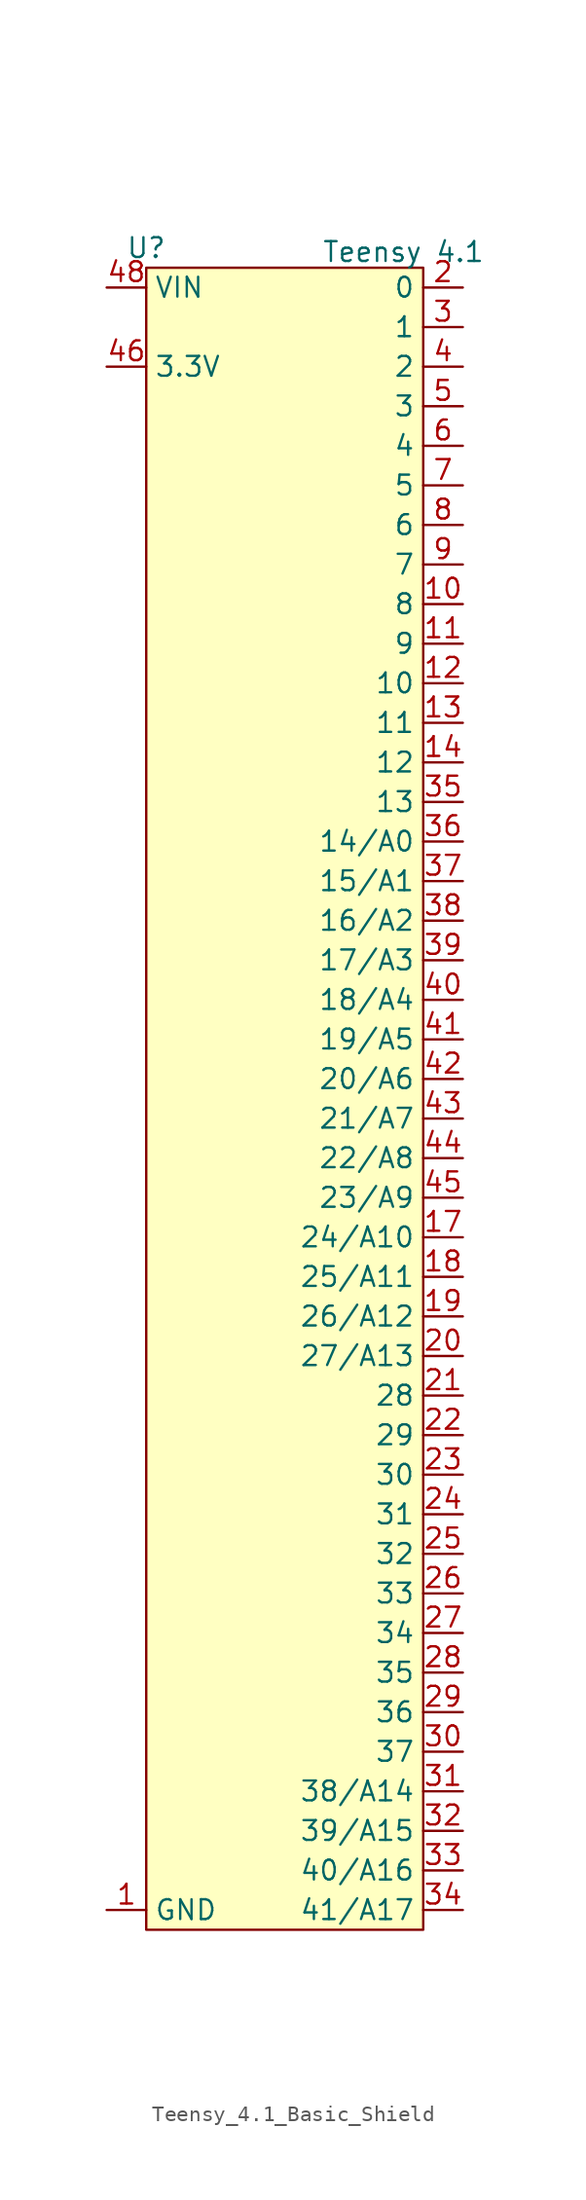
<source format=kicad_sym>
(kicad_symbol_lib
  (version 20241209)
  (generator "kicad_symbol_editor")
  (generator_version "9.0")
  (symbol "Teensy_4.1_Basic_Shield"
    (property "Reference" "U"
      (at -8.89 54.61 0)
      (effects (font (size 1.27 1.27))))
    (property "Value" "Teensy 4.1"
      (at 7.62 54.356 0)
      (effects (font (size 1.27 1.27))))
    (symbol "Teensy_4.1_Basic_Shield_1_1"
      (rectangle (start -8.89 53.34) (end 8.89 -53.34) (stroke (width 0) (type default)) (fill (type background)))
      (pin power_in line (at -11.43 52.07 0) (length 2.54) (name "VIN" (effects (font (size 1.27 1.27)))) (number "48" (effects (font (size 1.27 1.27)))))
      (pin power_in line (at -11.43 49.53 0) (length 2.54) (hide yes) (name "3.3V" (effects (font (size 1.27 1.27)))) (number "15" (effects (font (size 1.27 1.27)))))
      (pin bidirectional line (at -11.43 46.99 0) (length 2.54) (name "3.3V" (effects (font (size 1.27 1.27)))) (number "46" (effects (font (size 1.27 1.27)))))
      (pin power_in line (at -11.43 -52.07 0) (length 2.54) (name "GND" (effects (font (size 1.27 1.27)))) (number "1" (effects (font (size 1.27 1.27)))))
      (pin power_in line (at -11.43 -52.07 0) (length 2.54) (hide yes) (name "GND" (effects (font (size 1.27 1.27)))) (number "35" (effects (font (size 1.27 1.27)))))
      (pin power_in line (at -11.43 -52.07 0) (length 2.54) (hide yes) (name "GND" (effects (font (size 1.27 1.27)))) (number "47" (effects (font (size 1.27 1.27)))))
      (pin bidirectional line (at 11.43 52.07 180) (length 2.54) (name "0" (effects (font (size 1.27 1.27)))) (number "2" (effects (font (size 1.27 1.27)))))
      (pin bidirectional line (at 11.43 49.53 180) (length 2.54) (name "1" (effects (font (size 1.27 1.27)))) (number "3" (effects (font (size 1.27 1.27)))))
      (pin bidirectional line (at 11.43 46.99 180) (length 2.54) (name "2" (effects (font (size 1.27 1.27)))) (number "4" (effects (font (size 1.27 1.27)))))
      (pin bidirectional line (at 11.43 44.45 180) (length 2.54) (name "3" (effects (font (size 1.27 1.27)))) (number "5" (effects (font (size 1.27 1.27)))))
      (pin bidirectional line (at 11.43 41.91 180) (length 2.54) (name "4" (effects (font (size 1.27 1.27)))) (number "6" (effects (font (size 1.27 1.27)))))
      (pin bidirectional line (at 11.43 39.37 180) (length 2.54) (name "5" (effects (font (size 1.27 1.27)))) (number "7" (effects (font (size 1.27 1.27)))))
      (pin bidirectional line (at 11.43 36.83 180) (length 2.54) (name "6" (effects (font (size 1.27 1.27)))) (number "8" (effects (font (size 1.27 1.27)))))
      (pin bidirectional line (at 11.43 34.29 180) (length 2.54) (name "7" (effects (font (size 1.27 1.27)))) (number "9" (effects (font (size 1.27 1.27)))))
      (pin bidirectional line (at 11.43 31.75 180) (length 2.54) (name "8" (effects (font (size 1.27 1.27)))) (number "10" (effects (font (size 1.27 1.27)))))
      (pin bidirectional line (at 11.43 29.21 180) (length 2.54) (name "9" (effects (font (size 1.27 1.27)))) (number "11" (effects (font (size 1.27 1.27)))))
      (pin bidirectional line (at 11.43 26.67 180) (length 2.54) (name "10" (effects (font (size 1.27 1.27)))) (number "12" (effects (font (size 1.27 1.27)))))
      (pin bidirectional line (at 11.43 24.13 180) (length 2.54) (name "11" (effects (font (size 1.27 1.27)))) (number "13" (effects (font (size 1.27 1.27)))))
      (pin bidirectional line (at 11.43 21.59 180) (length 2.54) (name "12" (effects (font (size 1.27 1.27)))) (number "14" (effects (font (size 1.27 1.27)))))
      (pin bidirectional line (at 11.43 19.05 180) (length 2.54) (name "13" (effects (font (size 1.27 1.27)))) (number "35" (effects (font (size 1.27 1.27)))))
      (pin bidirectional line (at 11.43 16.51 180) (length 2.54) (name "14/A0" (effects (font (size 1.27 1.27)))) (number "36" (effects (font (size 1.27 1.27)))))
      (pin bidirectional line (at 11.43 13.97 180) (length 2.54) (name "15/A1" (effects (font (size 1.27 1.27)))) (number "37" (effects (font (size 1.27 1.27)))))
      (pin bidirectional line (at 11.43 11.43 180) (length 2.54) (name "16/A2" (effects (font (size 1.27 1.27)))) (number "38" (effects (font (size 1.27 1.27)))))
      (pin bidirectional line (at 11.43 8.89 180) (length 2.54) (name "17/A3" (effects (font (size 1.27 1.27)))) (number "39" (effects (font (size 1.27 1.27)))))
      (pin bidirectional line (at 11.43 6.35 180) (length 2.54) (name "18/A4" (effects (font (size 1.27 1.27)))) (number "40" (effects (font (size 1.27 1.27)))))
      (pin bidirectional line (at 11.43 3.81 180) (length 2.54) (name "19/A5" (effects (font (size 1.27 1.27)))) (number "41" (effects (font (size 1.27 1.27)))))
      (pin bidirectional line (at 11.43 1.27 180) (length 2.54) (name "20/A6" (effects (font (size 1.27 1.27)))) (number "42" (effects (font (size 1.27 1.27)))))
      (pin bidirectional line (at 11.43 -1.27 180) (length 2.54) (name "21/A7" (effects (font (size 1.27 1.27)))) (number "43" (effects (font (size 1.27 1.27)))))
      (pin bidirectional line (at 11.43 -3.81 180) (length 2.54) (name "22/A8" (effects (font (size 1.27 1.27)))) (number "44" (effects (font (size 1.27 1.27)))))
      (pin bidirectional line (at 11.43 -6.35 180) (length 2.54) (name "23/A9" (effects (font (size 1.27 1.27)))) (number "45" (effects (font (size 1.27 1.27)))))
      (pin bidirectional line (at 11.43 -8.89 180) (length 2.54) (name "24/A10" (effects (font (size 1.27 1.27)))) (number "17" (effects (font (size 1.27 1.27)))))
      (pin bidirectional line (at 11.43 -11.43 180) (length 2.54) (name "25/A11" (effects (font (size 1.27 1.27)))) (number "18" (effects (font (size 1.27 1.27)))))
      (pin bidirectional line (at 11.43 -13.97 180) (length 2.54) (name "26/A12" (effects (font (size 1.27 1.27)))) (number "19" (effects (font (size 1.27 1.27)))))
      (pin bidirectional line (at 11.43 -16.51 180) (length 2.54) (name "27/A13" (effects (font (size 1.27 1.27)))) (number "20" (effects (font (size 1.27 1.27)))))
      (pin bidirectional line (at 11.43 -19.05 180) (length 2.54) (name "28" (effects (font (size 1.27 1.27)))) (number "21" (effects (font (size 1.27 1.27)))))
      (pin bidirectional line (at 11.43 -21.59 180) (length 2.54) (name "29" (effects (font (size 1.27 1.27)))) (number "22" (effects (font (size 1.27 1.27)))))
      (pin bidirectional line (at 11.43 -24.13 180) (length 2.54) (name "30" (effects (font (size 1.27 1.27)))) (number "23" (effects (font (size 1.27 1.27)))))
      (pin bidirectional line (at 11.43 -26.67 180) (length 2.54) (name "31" (effects (font (size 1.27 1.27)))) (number "24" (effects (font (size 1.27 1.27)))))
      (pin input line (at 11.43 -29.21 180) (length 2.54) (name "32" (effects (font (size 1.27 1.27)))) (number "25" (effects (font (size 1.27 1.27)))))
      (pin bidirectional line (at 11.43 -31.75 180) (length 2.54) (name "33" (effects (font (size 1.27 1.27)))) (number "26" (effects (font (size 1.27 1.27)))))
      (pin bidirectional line (at 11.43 -34.29 180) (length 2.54) (name "34" (effects (font (size 1.27 1.27)))) (number "27" (effects (font (size 1.27 1.27)))))
      (pin bidirectional line (at 11.43 -36.83 180) (length 2.54) (name "35" (effects (font (size 1.27 1.27)))) (number "28" (effects (font (size 1.27 1.27)))))
      (pin bidirectional line (at 11.43 -39.37 180) (length 2.54) (name "36" (effects (font (size 1.27 1.27)))) (number "29" (effects (font (size 1.27 1.27)))))
      (pin bidirectional line (at 11.43 -41.91 180) (length 2.54) (name "37" (effects (font (size 1.27 1.27)))) (number "30" (effects (font (size 1.27 1.27)))))
      (pin bidirectional line (at 11.43 -44.45 180) (length 2.54) (name "38/A14" (effects (font (size 1.27 1.27)))) (number "31" (effects (font (size 1.27 1.27)))))
      (pin bidirectional line (at 11.43 -46.99 180) (length 2.54) (name "39/A15" (effects (font (size 1.27 1.27)))) (number "32" (effects (font (size 1.27 1.27)))))
      (pin bidirectional line (at 11.43 -49.53 180) (length 2.54) (name "40/A16" (effects (font (size 1.27 1.27)))) (number "33" (effects (font (size 1.27 1.27)))))
      (pin bidirectional line (at 11.43 -52.07 180) (length 2.54) (name "41/A17" (effects (font (size 1.27 1.27)))) (number "34" (effects (font (size 1.27 1.27))))))))
</source>
